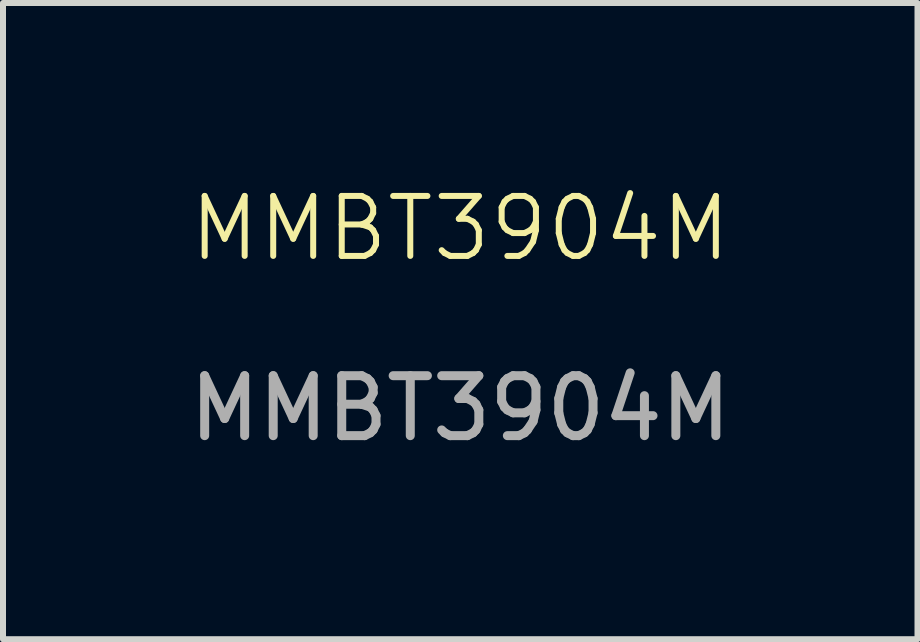
<source format=kicad_pcb>
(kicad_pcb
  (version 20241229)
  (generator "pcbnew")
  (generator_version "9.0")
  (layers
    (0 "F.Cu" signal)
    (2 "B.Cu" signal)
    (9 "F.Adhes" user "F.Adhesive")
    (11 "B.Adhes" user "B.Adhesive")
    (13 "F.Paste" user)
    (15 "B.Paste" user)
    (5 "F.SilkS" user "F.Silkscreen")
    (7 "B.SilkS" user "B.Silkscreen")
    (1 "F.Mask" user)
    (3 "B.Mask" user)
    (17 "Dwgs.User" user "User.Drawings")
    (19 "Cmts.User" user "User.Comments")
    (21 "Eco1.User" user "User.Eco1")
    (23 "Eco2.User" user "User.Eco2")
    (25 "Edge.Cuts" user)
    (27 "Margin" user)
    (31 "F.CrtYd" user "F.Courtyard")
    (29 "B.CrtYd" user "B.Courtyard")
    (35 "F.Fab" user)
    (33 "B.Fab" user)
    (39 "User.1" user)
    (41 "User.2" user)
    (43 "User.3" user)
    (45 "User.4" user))
  (footprint "MMBT3904M"
    (layer "F.Cu")
    (at 4.625 1.26)
    (property "Reference" "MMBT3904M" (at 0 -0.5 0) (unlocked yes) (layer "F.SilkS") (effects (font (size 1 1) (thickness 0.1))))
    (attr smd)
    (fp_text user "${REFERENCE}" (at 0 2.5 0) (unlocked yes) (layer "F.Fab") (effects (font (size 1 1) (thickness 0.15)))))
  (gr_rect
    (start -3 -3)
    (end 12.25 7.609)
    (stroke (width 0.1) (type default))
    (fill no)
    (layer "Edge.Cuts")))
</source>
